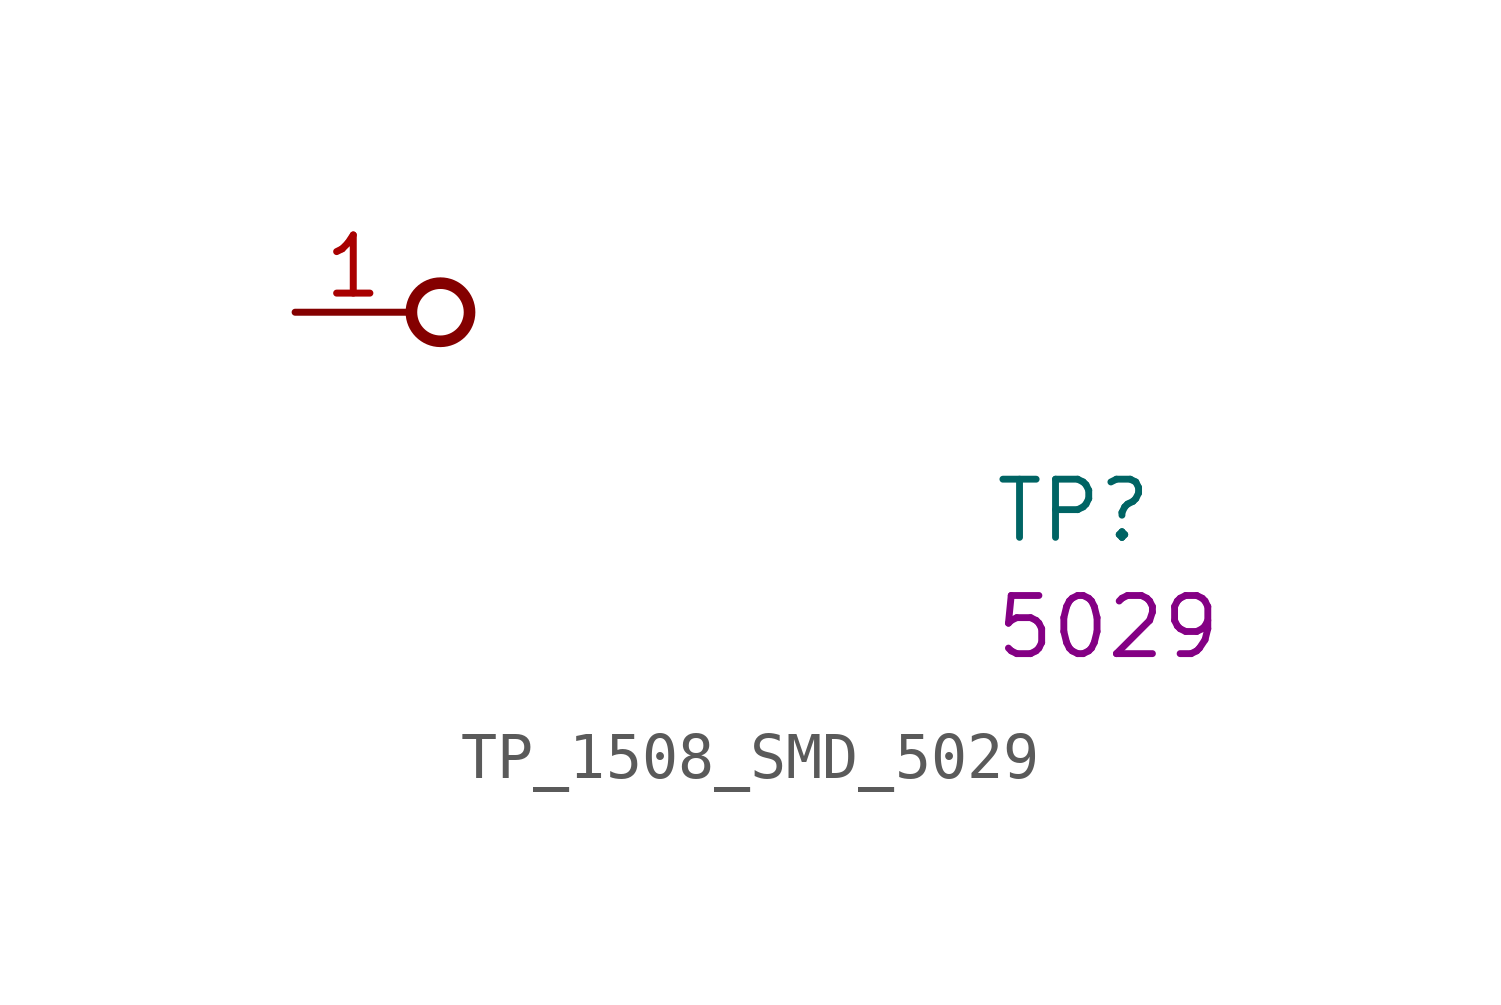
<source format=kicad_sym>
(kicad_symbol_lib
  (version 20220914)
  (generator kicad_symbol_editor)
  (symbol "TP_1508_SMD_5029"
    (pin_names hide)
    (property "Reference" "TP"
      (at 15.24 -5.08 0)
      (effects (font (size 1.27 1.27) (thickness 0.15)) (justify left bottom)))
    (property "MPN" "5029"
      (at 15.24 -7.62 0)
      (effects (font (size 1.27 1.27) (thickness 0.15)) (justify left bottom)))
    (symbol "TP_1508_SMD_5029_1_1"
      (circle (center 3.175 0) (radius 0.635) (stroke (width 0.254) (type default)) (fill (type none)))
      (pin passive line (at 0 0 0) (length 2.54) (name "1" (effects (font (size 1.27 1.27)))) (number "1" (effects (font (size 1.27 1.27))))))))
</source>
